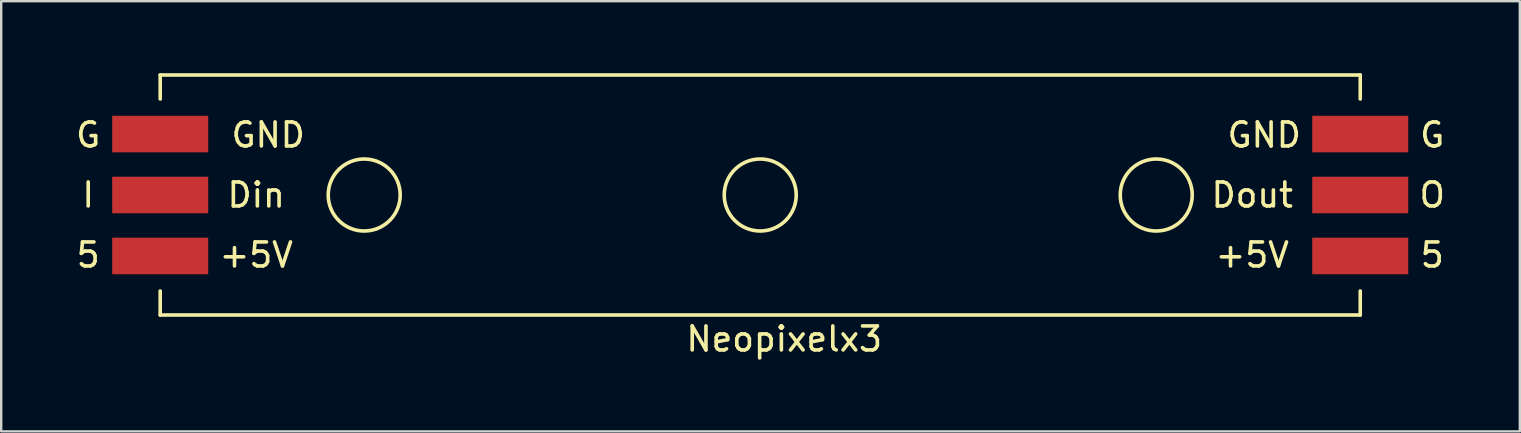
<source format=kicad_pcb>
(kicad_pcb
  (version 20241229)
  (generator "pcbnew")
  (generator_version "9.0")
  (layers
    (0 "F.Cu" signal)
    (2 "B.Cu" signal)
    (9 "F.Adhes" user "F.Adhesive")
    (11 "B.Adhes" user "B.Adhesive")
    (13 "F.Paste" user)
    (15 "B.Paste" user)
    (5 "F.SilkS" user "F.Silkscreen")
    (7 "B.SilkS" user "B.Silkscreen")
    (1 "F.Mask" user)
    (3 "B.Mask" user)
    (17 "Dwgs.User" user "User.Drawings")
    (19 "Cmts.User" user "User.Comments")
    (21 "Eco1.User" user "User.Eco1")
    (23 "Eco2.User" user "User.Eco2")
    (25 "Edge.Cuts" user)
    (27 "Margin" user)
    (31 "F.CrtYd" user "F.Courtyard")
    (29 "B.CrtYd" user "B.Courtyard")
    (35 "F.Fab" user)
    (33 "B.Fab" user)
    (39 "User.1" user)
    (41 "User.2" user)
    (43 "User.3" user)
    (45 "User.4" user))
  (footprint "Neopixelx3"
    (layer "F.Cu")
    (at 3.625 5.075)
    (property "Reference" "Neopixelx3" (at 26 6 0) (layer "F.SilkS") (effects (font (size 1 1) (thickness 0.15))))
    (attr through_hole)
    (fp_line (start 0 -5) (end 50 -5) (stroke (width 0.15) (type solid)) (layer "F.SilkS"))
    (fp_line (start 0 -4) (end 0 -5) (stroke (width 0.15) (type solid)) (layer "F.SilkS"))
    (fp_line (start 0 5) (end 0 4) (stroke (width 0.15) (type solid)) (layer "F.SilkS"))
    (fp_line (start 50 -5) (end 50 -4) (stroke (width 0.15) (type solid)) (layer "F.SilkS"))
    (fp_line (start 50 4) (end 50 5) (stroke (width 0.15) (type solid)) (layer "F.SilkS"))
    (fp_line (start 50 5) (end 0 5) (stroke (width 0.15) (type solid)) (layer "F.SilkS"))
    (fp_circle (center 8.5 0) (end 8.5 -1.5) (stroke (width 0.15) (type solid)) (fill no) (layer "F.SilkS"))
    (fp_circle (center 25 0) (end 25 -1.5) (stroke (width 0.15) (type solid)) (fill no) (layer "F.SilkS"))
    (fp_circle (center 41.5 0) (end 41.5 -1.5) (stroke (width 0.15) (type solid)) (fill no) (layer "F.SilkS"))
    (fp_text user "G" (at 53 -2.5 0) (layer "F.SilkS") (effects (font (size 1 1) (thickness 0.15))))
    (fp_text user "5" (at -3 2.5 0) (layer "F.SilkS") (effects (font (size 1 1) (thickness 0.15))))
    (fp_text user "G" (at -3 -2.5 0) (layer "F.SilkS") (effects (font (size 1 1) (thickness 0.15))))
    (fp_text user "+5V" (at 4 2.5 0) (layer "F.SilkS") (effects (font (size 1 1) (thickness 0.15))))
    (fp_text user "GND" (at 46 -2.5 0) (layer "F.SilkS") (effects (font (size 1 1) (thickness 0.15))))
    (fp_text user "Dout" (at 45.5 0 0) (layer "F.SilkS") (effects (font (size 1 1) (thickness 0.15))))
    (fp_text user "5" (at 53 2.5 0) (layer "F.SilkS") (effects (font (size 1 1) (thickness 0.15))))
    (fp_text user "Din" (at 4 0 0) (layer "F.SilkS") (effects (font (size 1 1) (thickness 0.15))))
    (fp_text user "+5V" (at 45.5 2.5 0) (layer "F.SilkS") (effects (font (size 1 1) (thickness 0.15))))
    (fp_text user "O" (at 53 0 0) (layer "F.SilkS") (effects (font (size 1 1) (thickness 0.15))))
    (fp_text user "I" (at -3 0 0) (layer "F.SilkS") (effects (font (size 1 1) (thickness 0.15))))
    (fp_text user "GND" (at 4.5 -2.5 0) (layer "F.SilkS") (effects (font (size 1 1) (thickness 0.15))))
    (pad "1" smd rect (at 0 -2.54) (size 4 1.524) (layers "F.Cu" "F.Mask" "F.Paste"))
    (pad "2" smd rect (at 0 0) (size 4 1.524) (layers "F.Cu" "F.Mask" "F.Paste"))
    (pad "3" smd rect (at 0 2.54) (size 4 1.524) (layers "F.Cu" "F.Mask" "F.Paste"))
    (pad "4" smd rect (at 50 2.54) (size 4 1.524) (layers "F.Cu" "F.Mask" "F.Paste"))
    (pad "5" smd rect (at 50 0) (size 4 1.524) (layers "F.Cu" "F.Mask" "F.Paste"))
    (pad "6" smd rect (at 50 -2.54) (size 4 1.524) (layers "F.Cu" "F.Mask" "F.Paste")))
  (gr_rect
    (start -3 -3)
    (end 60.274 14.923)
    (stroke (width 0.1) (type default))
    (fill no)
    (layer "Edge.Cuts")))
</source>
